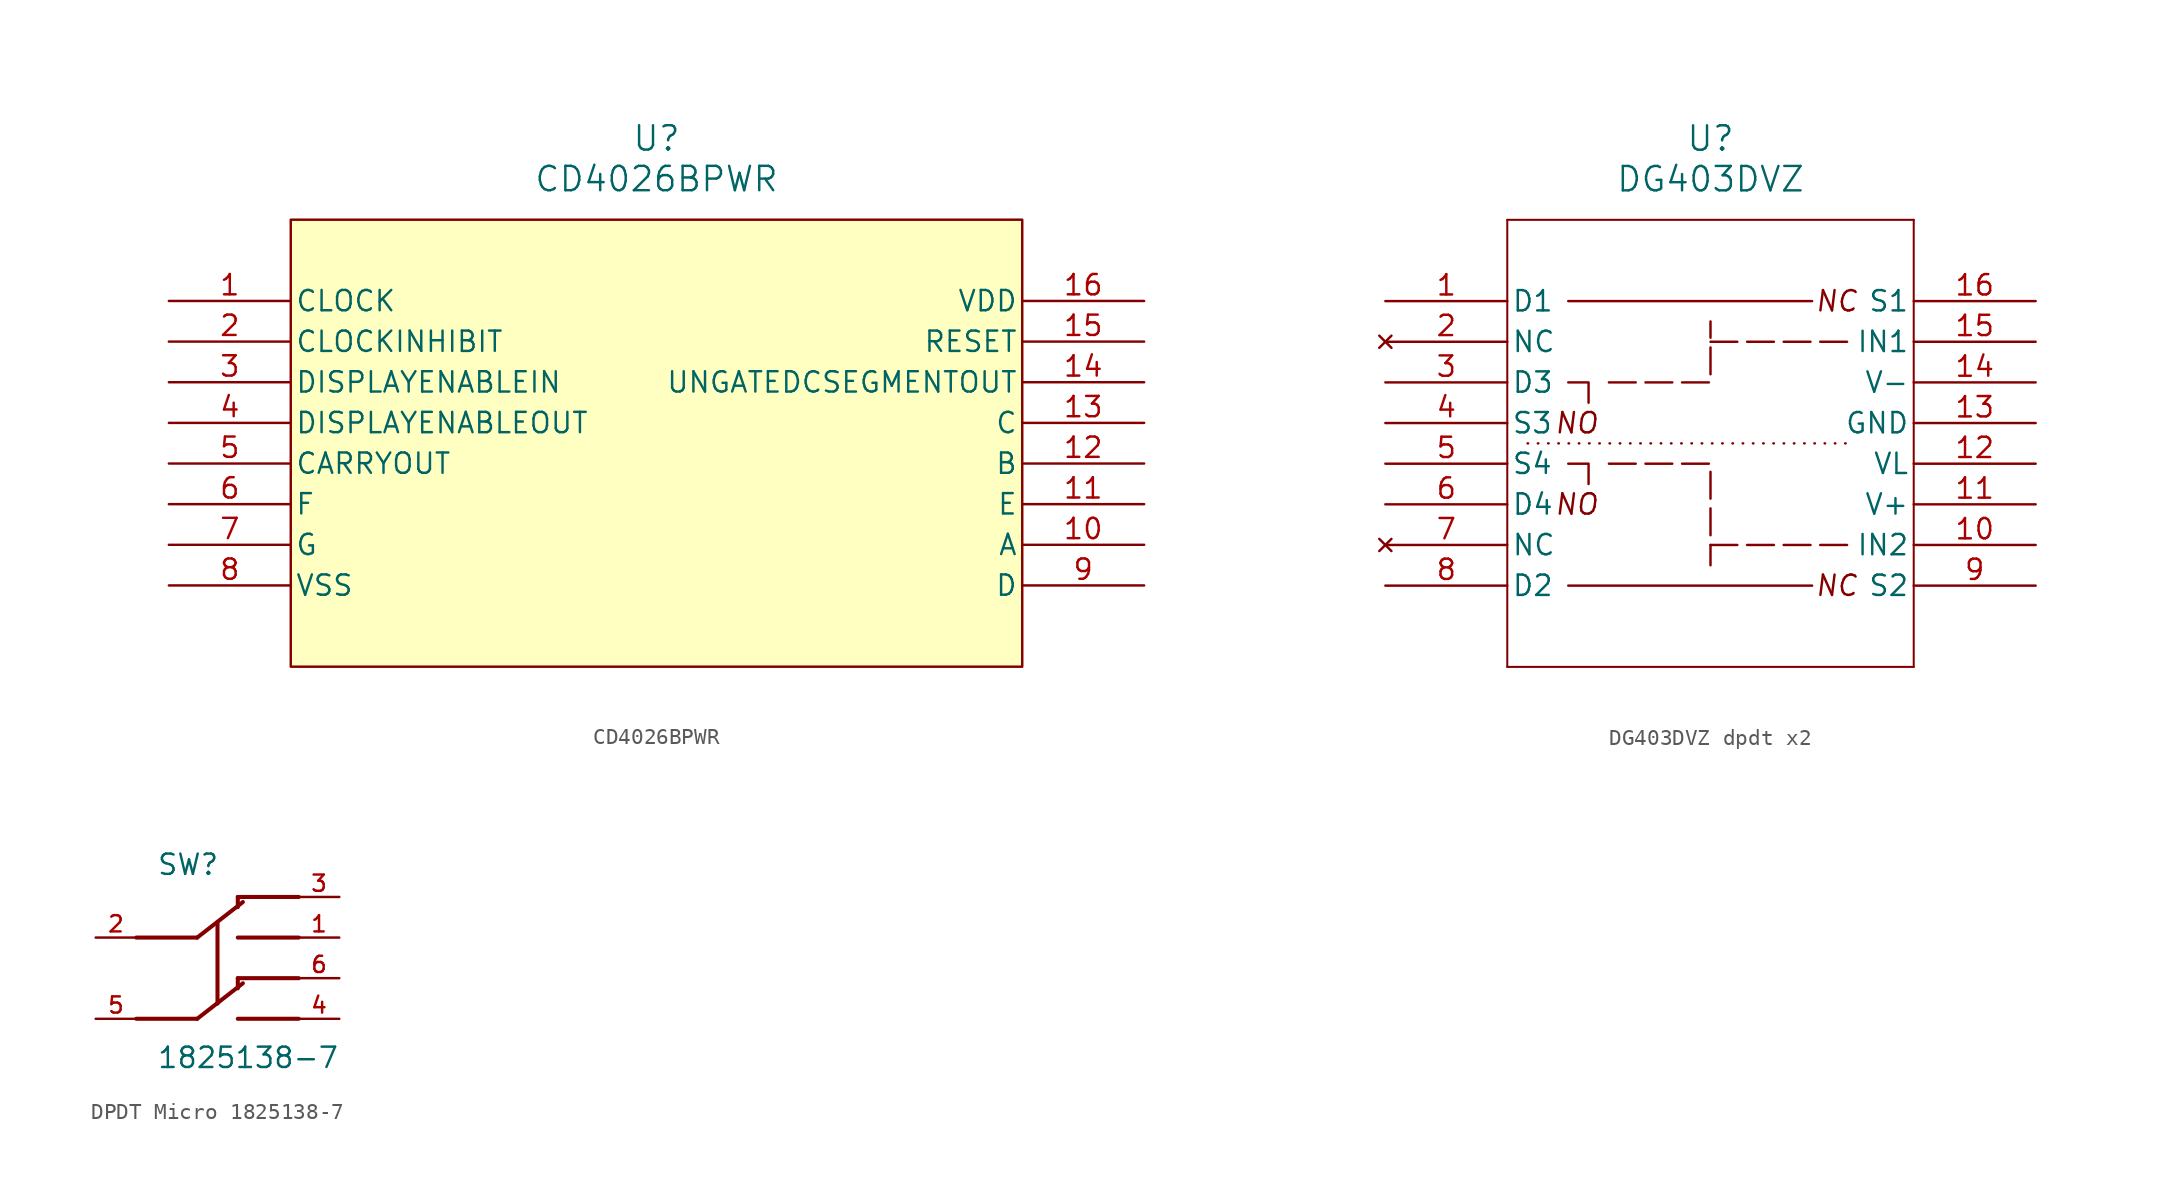
<source format=kicad_sym>
(kicad_symbol_lib
  (version 20231120)
  (generator "kicad_symbol_editor")
  (generator_version "8.0")
  (symbol "CD4026BPWR"
    (pin_names
      (offset 0.254))
    (property "Reference" "U"
      (at 0 5.08 0)
      (effects (font (size 1.524 1.524))))
    (property "Value" "CD4026BPWR"
      (at 0 2.54 0)
      (effects (font (size 1.524 1.524))))
    (symbol "CD4026BPWR_0_1"
      (pin unspecified line (at -30.48 -5.08 0) (length 7.62) (name "CLOCK" (effects (font (size 1.27 1.27)))) (number "1" (effects (font (size 1.27 1.27)))))
      (pin unspecified line (at 30.48 -20.32 180) (length 7.62) (name "A" (effects (font (size 1.27 1.27)))) (number "10" (effects (font (size 1.27 1.27)))))
      (pin unspecified line (at 30.48 -17.78 180) (length 7.62) (name "E" (effects (font (size 1.27 1.27)))) (number "11" (effects (font (size 1.27 1.27)))))
      (pin unspecified line (at 30.48 -15.24 180) (length 7.62) (name "B" (effects (font (size 1.27 1.27)))) (number "12" (effects (font (size 1.27 1.27)))))
      (pin unspecified line (at 30.48 -12.7 180) (length 7.62) (name "C" (effects (font (size 1.27 1.27)))) (number "13" (effects (font (size 1.27 1.27)))))
      (pin output line (at 30.48 -10.16 180) (length 7.62) (name "UNGATEDCSEGMENTOUT" (effects (font (size 1.27 1.27)))) (number "14" (effects (font (size 1.27 1.27)))))
      (pin unspecified line (at 30.48 -7.62 180) (length 7.62) (name "RESET" (effects (font (size 1.27 1.27)))) (number "15" (effects (font (size 1.27 1.27)))))
      (pin power_in line (at 30.48 -5.08 180) (length 7.62) (name "VDD" (effects (font (size 1.27 1.27)))) (number "16" (effects (font (size 1.27 1.27)))))
      (pin unspecified line (at -30.48 -7.62 0) (length 7.62) (name "CLOCKINHIBIT" (effects (font (size 1.27 1.27)))) (number "2" (effects (font (size 1.27 1.27)))))
      (pin input line (at -30.48 -10.16 0) (length 7.62) (name "DISPLAYENABLEIN" (effects (font (size 1.27 1.27)))) (number "3" (effects (font (size 1.27 1.27)))))
      (pin output line (at -30.48 -12.7 0) (length 7.62) (name "DISPLAYENABLEOUT" (effects (font (size 1.27 1.27)))) (number "4" (effects (font (size 1.27 1.27)))))
      (pin output line (at -30.48 -15.24 0) (length 7.62) (name "CARRYOUT" (effects (font (size 1.27 1.27)))) (number "5" (effects (font (size 1.27 1.27)))))
      (pin unspecified line (at -30.48 -17.78 0) (length 7.62) (name "F" (effects (font (size 1.27 1.27)))) (number "6" (effects (font (size 1.27 1.27)))))
      (pin unspecified line (at -30.48 -20.32 0) (length 7.62) (name "G" (effects (font (size 1.27 1.27)))) (number "7" (effects (font (size 1.27 1.27)))))
      (pin power_in line (at -30.48 -22.86 0) (length 7.62) (name "VSS" (effects (font (size 1.27 1.27)))) (number "8" (effects (font (size 1.27 1.27)))))
      (pin unspecified line (at 30.48 -22.86 180) (length 7.62) (name "D" (effects (font (size 1.27 1.27)))) (number "9" (effects (font (size 1.27 1.27))))))
    (symbol "CD4026BPWR_1_1"
      (rectangle (start -22.86 0) (end 22.86 -27.94) (stroke (width 0) (type default)) (fill (type background)))))
  (symbol "DG403DVZ dpdt x2"
    (pin_names
      (offset 0.254))
    (property "Reference" "U"
      (at 20.32 10.16 0)
      (effects (font (size 1.524 1.524))))
    (property "Value" "DG403DVZ"
      (at 20.32 7.62 0)
      (effects (font (size 1.524 1.524))))
    (symbol "DG403DVZ dpdt x2_0_1"
      (polyline (pts (xy 7.62 -22.86) (xy 33.02 -22.86)) (stroke (width 0.127) (type default)) (fill (type none)))
      (polyline (pts (xy 7.62 5.08) (xy 7.62 -22.86)) (stroke (width 0.127) (type default)) (fill (type none)))
      (polyline (pts (xy 33.02 -22.86) (xy 33.02 5.08)) (stroke (width 0.127) (type default)) (fill (type none)))
      (polyline (pts (xy 33.02 5.08) (xy 7.62 5.08)) (stroke (width 0.127) (type default)) (fill (type none)))
      (pin unspecified line (at 0 0 0) (length 7.62) (name "D1" (effects (font (size 1.27 1.27)))) (number "1" (effects (font (size 1.27 1.27)))))
      (pin input line (at 40.64 -15.24 180) (length 7.62) (name "IN2" (effects (font (size 1.27 1.27)))) (number "10" (effects (font (size 1.27 1.27)))))
      (pin power_in line (at 40.64 -12.7 180) (length 7.62) (name "V+" (effects (font (size 1.27 1.27)))) (number "11" (effects (font (size 1.27 1.27)))))
      (pin power_in line (at 40.64 -10.16 180) (length 7.62) (name "VL" (effects (font (size 1.27 1.27)))) (number "12" (effects (font (size 1.27 1.27)))))
      (pin power_in line (at 40.64 -7.62 180) (length 7.62) (name "GND" (effects (font (size 1.27 1.27)))) (number "13" (effects (font (size 1.27 1.27)))))
      (pin power_in line (at 40.64 -5.08 180) (length 7.62) (name "V-" (effects (font (size 1.27 1.27)))) (number "14" (effects (font (size 1.27 1.27)))))
      (pin input line (at 40.64 -2.54 180) (length 7.62) (name "IN1" (effects (font (size 1.27 1.27)))) (number "15" (effects (font (size 1.27 1.27)))))
      (pin unspecified line (at 40.64 0 180) (length 7.62) (name "S1" (effects (font (size 1.27 1.27)))) (number "16" (effects (font (size 1.27 1.27)))))
      (pin no_connect line (at 0 -2.54 0) (length 7.62) (name "NC" (effects (font (size 1.27 1.27)))) (number "2" (effects (font (size 1.27 1.27)))))
      (pin unspecified line (at 0 -5.08 0) (length 7.62) (name "D3" (effects (font (size 1.27 1.27)))) (number "3" (effects (font (size 1.27 1.27)))))
      (pin unspecified line (at 0 -7.62 0) (length 7.62) (name "S3" (effects (font (size 1.27 1.27)))) (number "4" (effects (font (size 1.27 1.27)))))
      (pin unspecified line (at 0 -10.16 0) (length 7.62) (name "S4" (effects (font (size 1.27 1.27)))) (number "5" (effects (font (size 1.27 1.27)))))
      (pin unspecified line (at 0 -12.7 0) (length 7.62) (name "D4" (effects (font (size 1.27 1.27)))) (number "6" (effects (font (size 1.27 1.27)))))
      (pin no_connect line (at 0 -15.24 0) (length 7.62) (name "NC" (effects (font (size 1.27 1.27)))) (number "7" (effects (font (size 1.27 1.27)))))
      (pin unspecified line (at 0 -17.78 0) (length 7.62) (name "D2" (effects (font (size 1.27 1.27)))) (number "8" (effects (font (size 1.27 1.27)))))
      (pin unspecified line (at 40.64 -17.78 180) (length 7.62) (name "S2" (effects (font (size 1.27 1.27)))) (number "9" (effects (font (size 1.27 1.27))))))
    (symbol "DG403DVZ dpdt x2_1_1"
      (polyline (pts (xy 8.89 -8.89) (xy 29.21 -8.89)) (stroke (width 0) (type dot)) (fill (type none)))
      (polyline (pts (xy 11.43 -17.78) (xy 26.67 -17.78)) (stroke (width 0) (type default)) (fill (type none)))
      (polyline (pts (xy 11.43 0) (xy 26.67 0)) (stroke (width 0) (type default)) (fill (type none)))
      (polyline (pts (xy 20.32 -15.24) (xy 29.21 -15.24)) (stroke (width 0) (type dash)) (fill (type none)))
      (polyline (pts (xy 20.32 -2.54) (xy 29.21 -2.54)) (stroke (width 0) (type dash)) (fill (type none)))
      (polyline (pts (xy 11.43 -10.16) (xy 12.7 -10.16) (xy 12.7 -11.43)) (stroke (width 0) (type default)) (fill (type none)))
      (polyline (pts (xy 11.43 -5.08) (xy 12.7 -5.08) (xy 12.7 -6.35)) (stroke (width 0) (type default)) (fill (type none)))
      (polyline (pts (xy 13.97 -10.16) (xy 20.32 -10.16) (xy 20.32 -16.51)) (stroke (width 0) (type dash)) (fill (type none)))
      (polyline (pts (xy 13.97 -5.08) (xy 20.32 -5.08) (xy 20.32 -1.27)) (stroke (width 0) (type dash)) (fill (type none)))
      (text "NC" (at 28.194 -17.78 0) (effects (font (size 1.27 1.27) (italic yes))))
      (text "NC" (at 28.194 0 0) (effects (font (size 1.27 1.27) (italic yes))))
      (text "NO" (at 11.938 -12.7 0) (effects (font (size 1.27 1.27) (italic yes))))
      (text "NO" (at 11.938 -7.62 0) (effects (font (size 1.27 1.27) (italic yes))))))
  (symbol "DPDT Micro 1825138-7"
    (pin_names
      (offset 1.016))
    (property "Reference" "SW"
      (at -3.817 6.362 0)
      (effects (font (size 1.27 1.27)) (justify left bottom)))
    (property "Value" "1825138-7"
      (at -3.811 -5.716 0)
      (effects (font (size 1.27 1.27)) (justify left bottom)))
    (symbol "DPDT Micro 1825138-7_0_0"
      (polyline (pts (xy -5.08 -2.54) (xy -1.27 -2.54)) (stroke (width 0.254) (type default)) (fill (type none)))
      (polyline (pts (xy -5.08 2.54) (xy -1.27 2.54)) (stroke (width 0.254) (type default)) (fill (type none)))
      (polyline (pts (xy -1.27 -2.54) (xy 1.587 -0.318)) (stroke (width 0.254) (type default)) (fill (type none)))
      (polyline (pts (xy -1.27 2.54) (xy 1.587 4.763)) (stroke (width 0.254) (type default)) (fill (type none)))
      (polyline (pts (xy 0 3.493) (xy 0 -1.587)) (stroke (width 0.254) (type default)) (fill (type none)))
      (polyline (pts (xy 1.27 -2.54) (xy 5.08 -2.54)) (stroke (width 0.254) (type default)) (fill (type none)))
      (polyline (pts (xy 1.27 0) (xy 1.27 -0.635)) (stroke (width 0.254) (type default)) (fill (type none)))
      (polyline (pts (xy 1.27 0) (xy 5.08 0)) (stroke (width 0.254) (type default)) (fill (type none)))
      (polyline (pts (xy 1.27 2.54) (xy 5.08 2.54)) (stroke (width 0.254) (type default)) (fill (type none)))
      (polyline (pts (xy 1.27 5.08) (xy 1.27 4.445)) (stroke (width 0.254) (type default)) (fill (type none)))
      (polyline (pts (xy 1.27 5.08) (xy 5.08 5.08)) (stroke (width 0.254) (type default)) (fill (type none)))
      (pin passive line (at 7.62 2.54 180) (length 2.54) (name "~" (effects (font (size 1.016 1.016)))) (number "1" (effects (font (size 1.016 1.016)))))
      (pin passive line (at -7.62 2.54 0) (length 2.54) (name "~" (effects (font (size 1.016 1.016)))) (number "2" (effects (font (size 1.016 1.016)))))
      (pin passive line (at 7.62 5.08 180) (length 2.54) (name "~" (effects (font (size 1.016 1.016)))) (number "3" (effects (font (size 1.016 1.016)))))
      (pin passive line (at 7.62 -2.54 180) (length 2.54) (name "~" (effects (font (size 1.016 1.016)))) (number "4" (effects (font (size 1.016 1.016)))))
      (pin passive line (at -7.62 -2.54 0) (length 2.54) (name "~" (effects (font (size 1.016 1.016)))) (number "5" (effects (font (size 1.016 1.016)))))
      (pin passive line (at 7.62 0 180) (length 2.54) (name "~" (effects (font (size 1.016 1.016)))) (number "6" (effects (font (size 1.016 1.016))))))))
</source>
